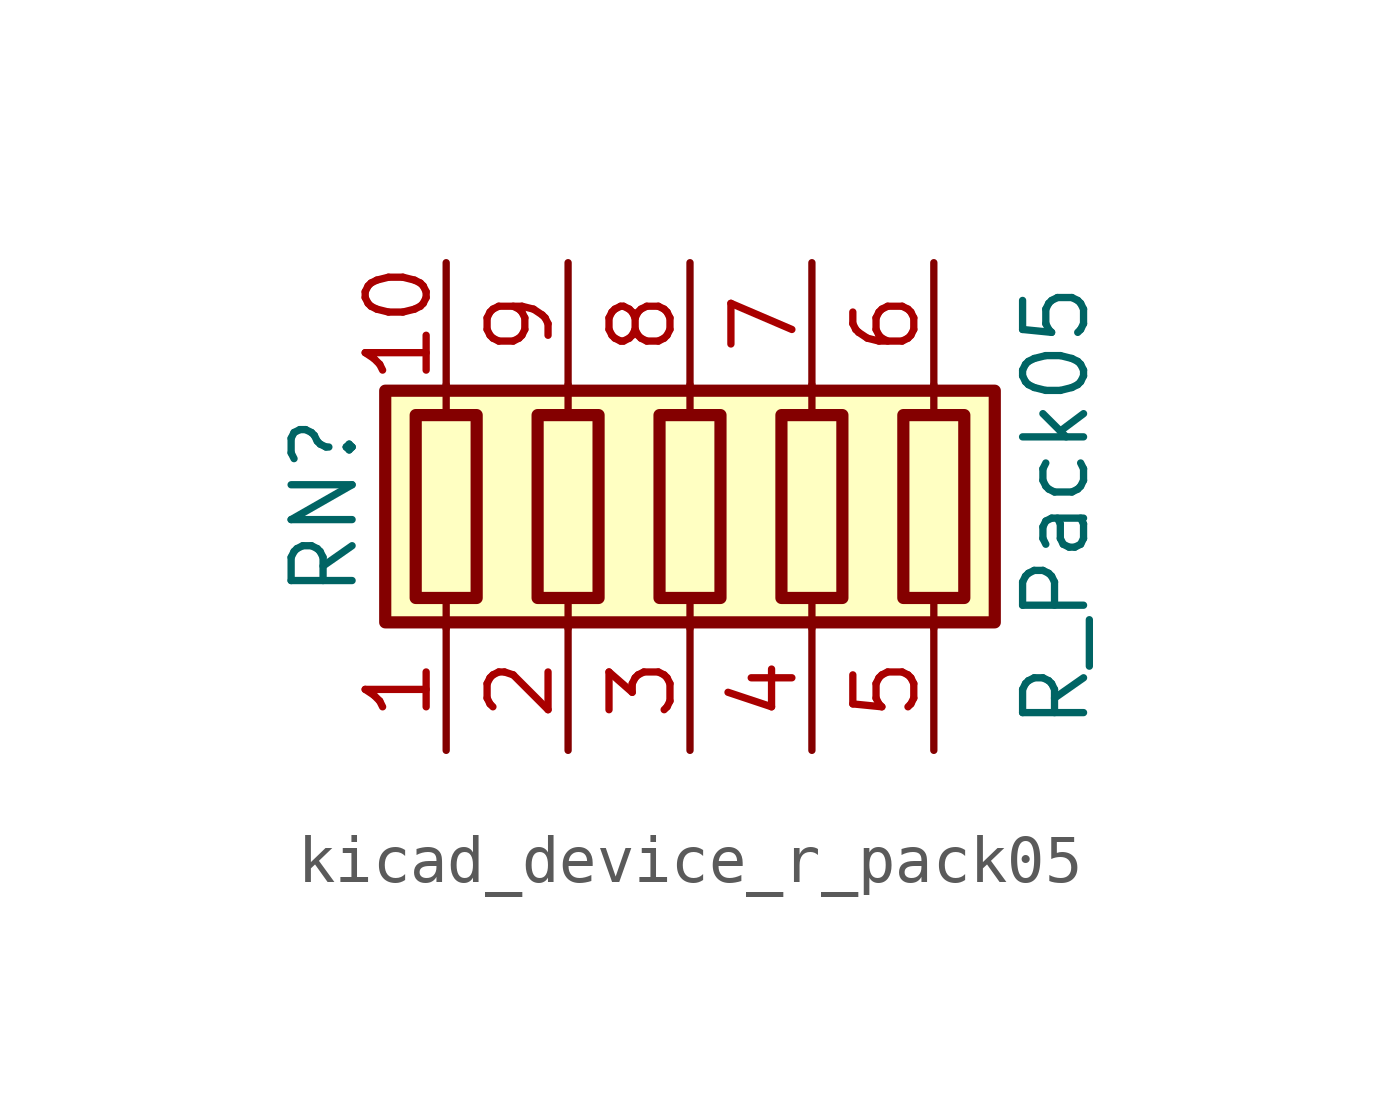
<source format=kicad_sym>
(kicad_symbol_lib
  (version 20220914)
  (generator kicad_symbol_editor)
  (symbol "kicad_device_r_pack05"
    (pin_names
      (offset 0) hide)
    (property "Reference" "RN"
      (at -7.62 0 90)
      (effects (font (size 1.27 1.27))))
    (property "Value" "R_Pack05"
      (at 7.62 0 90)
      (effects (font (size 1.27 1.27))))
    (symbol "kicad_device_r_pack05_0_1"
      (rectangle (start -6.35 -2.413) (end 6.35 2.413) (stroke (width 0.254) (type default)) (fill (type background)))
      (rectangle (start -5.715 1.905) (end -4.445 -1.905) (stroke (width 0.254) (type default)) (fill (type none)))
      (rectangle (start -3.175 1.905) (end -1.905 -1.905) (stroke (width 0.254) (type default)) (fill (type none)))
      (rectangle (start -0.635 1.905) (end 0.635 -1.905) (stroke (width 0.254) (type default)) (fill (type none)))
      (polyline (pts (xy -5.08 -2.54) (xy -5.08 -1.905)) (stroke (width 0) (type default)) (fill (type none)))
      (polyline (pts (xy -5.08 1.905) (xy -5.08 2.54)) (stroke (width 0) (type default)) (fill (type none)))
      (polyline (pts (xy -2.54 -2.54) (xy -2.54 -1.905)) (stroke (width 0) (type default)) (fill (type none)))
      (polyline (pts (xy -2.54 1.905) (xy -2.54 2.54)) (stroke (width 0) (type default)) (fill (type none)))
      (polyline (pts (xy 0 -2.54) (xy 0 -1.905)) (stroke (width 0) (type default)) (fill (type none)))
      (polyline (pts (xy 0 1.905) (xy 0 2.54)) (stroke (width 0) (type default)) (fill (type none)))
      (polyline (pts (xy 2.54 -2.54) (xy 2.54 -1.905)) (stroke (width 0) (type default)) (fill (type none)))
      (polyline (pts (xy 2.54 1.905) (xy 2.54 2.54)) (stroke (width 0) (type default)) (fill (type none)))
      (polyline (pts (xy 5.08 -2.54) (xy 5.08 -1.905)) (stroke (width 0) (type default)) (fill (type none)))
      (polyline (pts (xy 5.08 1.905) (xy 5.08 2.54)) (stroke (width 0) (type default)) (fill (type none)))
      (rectangle (start 1.905 1.905) (end 3.175 -1.905) (stroke (width 0.254) (type default)) (fill (type none)))
      (rectangle (start 4.445 1.905) (end 5.715 -1.905) (stroke (width 0.254) (type default)) (fill (type none))))
    (symbol "kicad_device_r_pack05_1_1"
      (pin passive line (at -5.08 -5.08 90) (length 2.54) (name "R1.1" (effects (font (size 1.27 1.27)))) (number "1" (effects (font (size 1.27 1.27)))))
      (pin passive line (at -5.08 5.08 270) (length 2.54) (name "R1.2" (effects (font (size 1.27 1.27)))) (number "10" (effects (font (size 1.27 1.27)))))
      (pin passive line (at -2.54 -5.08 90) (length 2.54) (name "R2.1" (effects (font (size 1.27 1.27)))) (number "2" (effects (font (size 1.27 1.27)))))
      (pin passive line (at 0 -5.08 90) (length 2.54) (name "R3.1" (effects (font (size 1.27 1.27)))) (number "3" (effects (font (size 1.27 1.27)))))
      (pin passive line (at 2.54 -5.08 90) (length 2.54) (name "R4.1" (effects (font (size 1.27 1.27)))) (number "4" (effects (font (size 1.27 1.27)))))
      (pin passive line (at 5.08 -5.08 90) (length 2.54) (name "R5.1" (effects (font (size 1.27 1.27)))) (number "5" (effects (font (size 1.27 1.27)))))
      (pin passive line (at 5.08 5.08 270) (length 2.54) (name "R5.2" (effects (font (size 1.27 1.27)))) (number "6" (effects (font (size 1.27 1.27)))))
      (pin passive line (at 2.54 5.08 270) (length 2.54) (name "R4.2" (effects (font (size 1.27 1.27)))) (number "7" (effects (font (size 1.27 1.27)))))
      (pin passive line (at 0 5.08 270) (length 2.54) (name "R3.2" (effects (font (size 1.27 1.27)))) (number "8" (effects (font (size 1.27 1.27)))))
      (pin passive line (at -2.54 5.08 270) (length 2.54) (name "R2.2" (effects (font (size 1.27 1.27)))) (number "9" (effects (font (size 1.27 1.27))))))))
</source>
